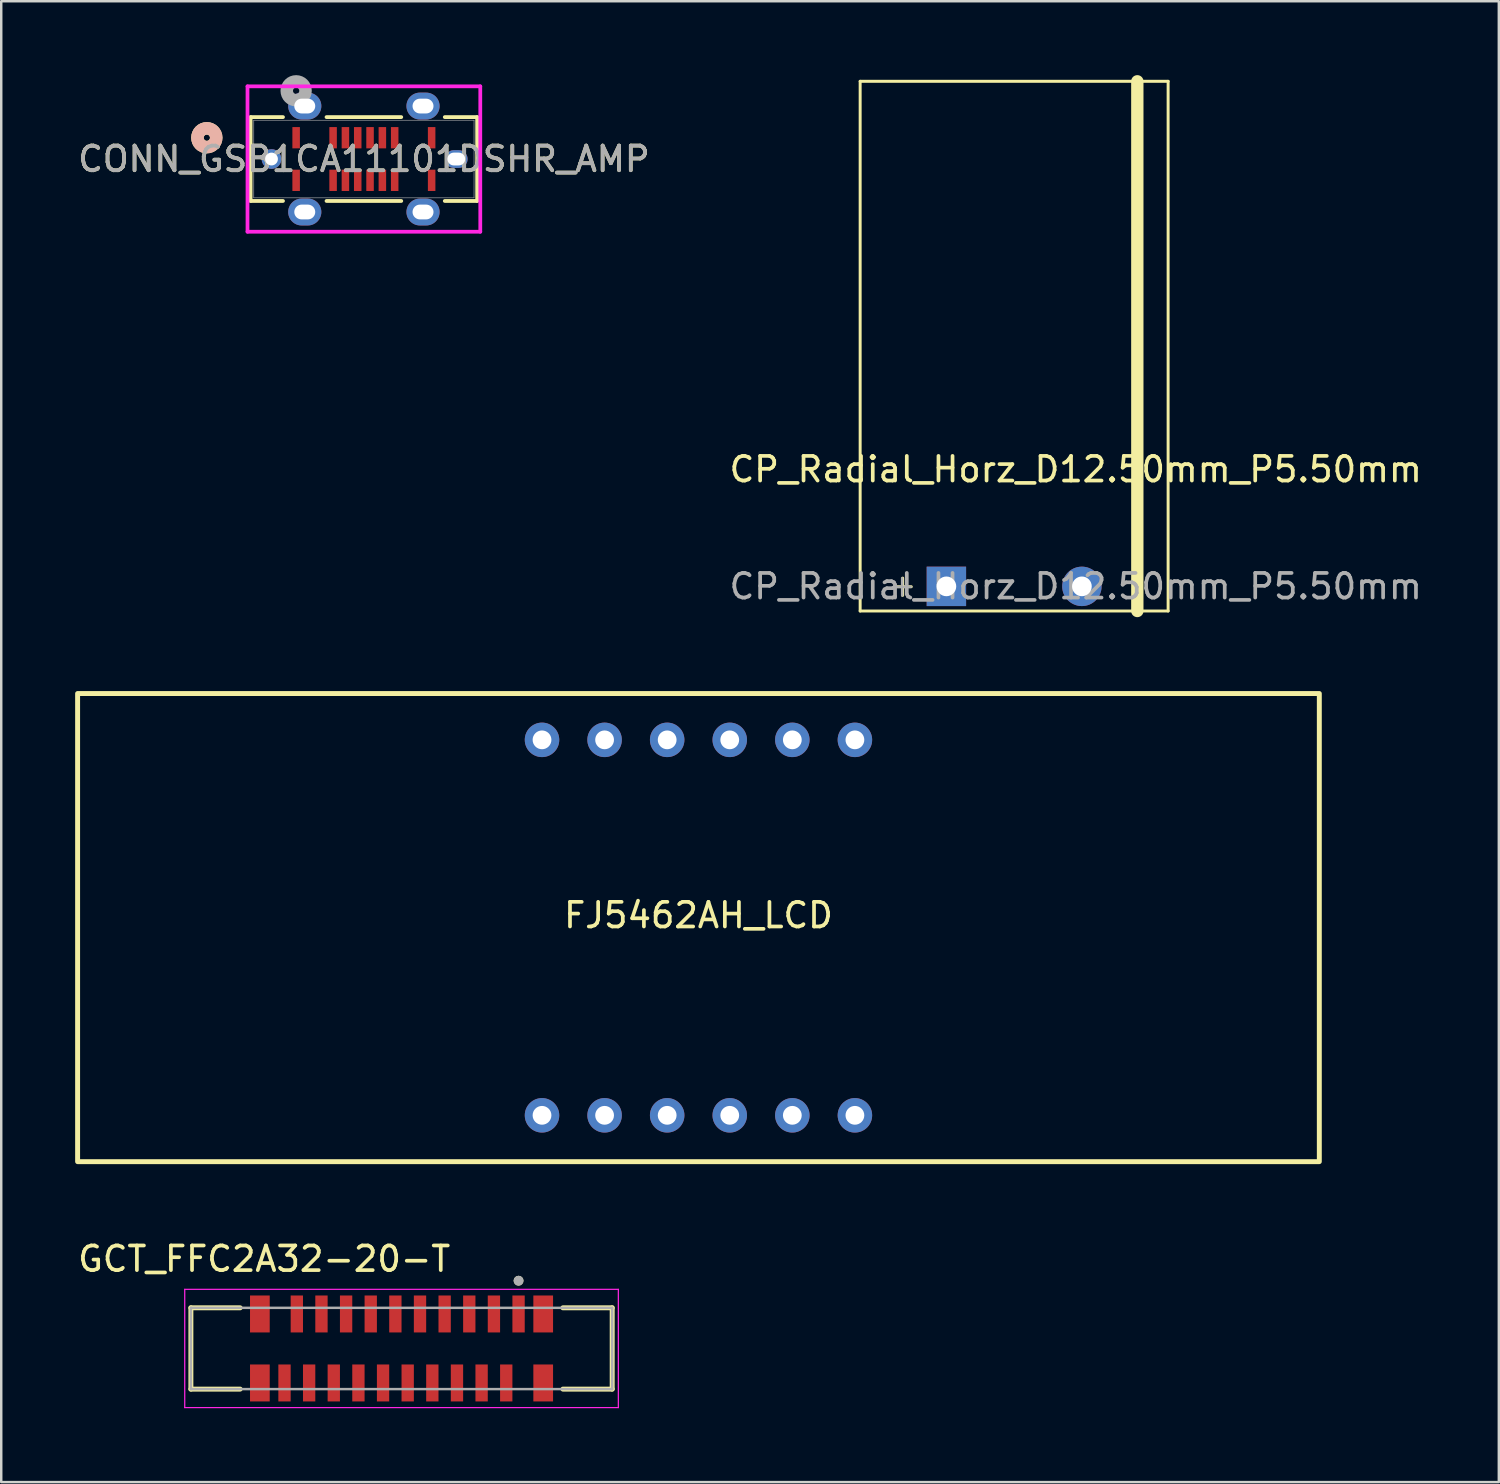
<source format=kicad_pcb>
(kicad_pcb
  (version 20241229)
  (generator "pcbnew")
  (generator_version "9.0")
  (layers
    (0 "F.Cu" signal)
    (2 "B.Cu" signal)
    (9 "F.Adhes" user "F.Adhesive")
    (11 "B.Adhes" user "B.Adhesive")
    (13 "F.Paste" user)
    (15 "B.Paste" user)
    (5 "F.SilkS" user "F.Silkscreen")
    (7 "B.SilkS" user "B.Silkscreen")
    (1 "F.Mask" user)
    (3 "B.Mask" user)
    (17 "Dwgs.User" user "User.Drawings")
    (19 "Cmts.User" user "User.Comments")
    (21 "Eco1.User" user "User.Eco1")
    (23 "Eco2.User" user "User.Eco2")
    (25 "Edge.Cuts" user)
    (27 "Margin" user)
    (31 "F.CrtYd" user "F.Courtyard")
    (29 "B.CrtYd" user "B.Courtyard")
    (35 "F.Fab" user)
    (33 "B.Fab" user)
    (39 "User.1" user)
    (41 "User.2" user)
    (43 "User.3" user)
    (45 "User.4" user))
  (footprint "GCT_FFC2A32-20-T"
    (layer "F.Cu")
    (at 13.248 51.683)
    (property "Reference" "GCT_FFC2A32-20-T" (at -5.575 -3.635 0) (layer "F.SilkS") (effects (font (size 1 1) (thickness 0.15))))
    (attr smd)
    (fp_line (start -8.55 -1.65) (end -6.55 -1.65) (stroke (width 0.2) (type solid)) (layer "F.SilkS"))
    (fp_line (start -8.55 1.65) (end -8.55 -1.65) (stroke (width 0.2) (type solid)) (layer "F.SilkS"))
    (fp_line (start -6.55 1.65) (end -8.55 1.65) (stroke (width 0.2) (type solid)) (layer "F.SilkS"))
    (fp_line (start 6.55 1.65) (end 8.55 1.65) (stroke (width 0.2) (type solid)) (layer "F.SilkS"))
    (fp_line (start 8.55 -1.65) (end 6.55 -1.65) (stroke (width 0.2) (type solid)) (layer "F.SilkS"))
    (fp_line (start 8.55 1.65) (end 8.55 -1.65) (stroke (width 0.2) (type solid)) (layer "F.SilkS"))
    (fp_circle (center 4.75 -2.75) (end 4.85 -2.75) (stroke (width 0.2) (type solid)) (fill no) (layer "F.SilkS"))
    (fp_line (start -8.8 -2.4) (end 8.8 -2.4) (stroke (width 0.05) (type solid)) (layer "F.CrtYd"))
    (fp_line (start -8.8 2.4) (end -8.8 -2.4) (stroke (width 0.05) (type solid)) (layer "F.CrtYd"))
    (fp_line (start 8.8 -2.4) (end 8.8 2.4) (stroke (width 0.05) (type solid)) (layer "F.CrtYd"))
    (fp_line (start 8.8 2.4) (end -8.8 2.4) (stroke (width 0.05) (type solid)) (layer "F.CrtYd"))
    (fp_line (start -8.55 -1.65) (end 8.55 -1.65) (stroke (width 0.1) (type solid)) (layer "F.Fab"))
    (fp_line (start -8.55 1.65) (end -8.55 -1.65) (stroke (width 0.1) (type solid)) (layer "F.Fab"))
    (fp_line (start 8.55 -1.65) (end 8.55 1.65) (stroke (width 0.1) (type solid)) (layer "F.Fab"))
    (fp_line (start 8.55 1.65) (end -8.55 1.65) (stroke (width 0.1) (type solid)) (layer "F.Fab"))
    (fp_circle (center 4.75 -2.75) (end 4.85 -2.75) (stroke (width 0.2) (type solid)) (fill no) (layer "F.Fab"))
    (pad "1" smd rect (at 4.75 -1.4 180) (size 0.5 1.5) (layers "F.Cu" "F.Mask" "F.Paste"))
    (pad "2" smd rect (at 4.25 1.4 180) (size 0.5 1.5) (layers "F.Cu" "F.Mask" "F.Paste"))
    (pad "3" smd rect (at 3.75 -1.4 180) (size 0.5 1.5) (layers "F.Cu" "F.Mask" "F.Paste"))
    (pad "4" smd rect (at 3.25 1.4 180) (size 0.5 1.5) (layers "F.Cu" "F.Mask" "F.Paste"))
    (pad "5" smd rect (at 2.75 -1.4 180) (size 0.5 1.5) (layers "F.Cu" "F.Mask" "F.Paste"))
    (pad "6" smd rect (at 2.25 1.4 180) (size 0.5 1.5) (layers "F.Cu" "F.Mask" "F.Paste"))
    (pad "7" smd rect (at 1.75 -1.4 180) (size 0.5 1.5) (layers "F.Cu" "F.Mask" "F.Paste"))
    (pad "8" smd rect (at 1.25 1.4 180) (size 0.5 1.5) (layers "F.Cu" "F.Mask" "F.Paste"))
    (pad "9" smd rect (at 0.75 -1.4 180) (size 0.5 1.5) (layers "F.Cu" "F.Mask" "F.Paste"))
    (pad "10" smd rect (at 0.25 1.4 180) (size 0.5 1.5) (layers "F.Cu" "F.Mask" "F.Paste"))
    (pad "11" smd rect (at -0.25 -1.4 180) (size 0.5 1.5) (layers "F.Cu" "F.Mask" "F.Paste"))
    (pad "12" smd rect (at -0.75 1.4 180) (size 0.5 1.5) (layers "F.Cu" "F.Mask" "F.Paste"))
    (pad "13" smd rect (at -1.25 -1.4 180) (size 0.5 1.5) (layers "F.Cu" "F.Mask" "F.Paste"))
    (pad "14" smd rect (at -1.75 1.4 180) (size 0.5 1.5) (layers "F.Cu" "F.Mask" "F.Paste"))
    (pad "15" smd rect (at -2.25 -1.4 180) (size 0.5 1.5) (layers "F.Cu" "F.Mask" "F.Paste"))
    (pad "16" smd rect (at -2.75 1.4 180) (size 0.5 1.5) (layers "F.Cu" "F.Mask" "F.Paste"))
    (pad "17" smd rect (at -3.25 -1.4 180) (size 0.5 1.5) (layers "F.Cu" "F.Mask" "F.Paste"))
    (pad "18" smd rect (at -3.75 1.4 180) (size 0.5 1.5) (layers "F.Cu" "F.Mask" "F.Paste"))
    (pad "19" smd rect (at -4.25 -1.4 180) (size 0.5 1.5) (layers "F.Cu" "F.Mask" "F.Paste"))
    (pad "20" smd rect (at -4.75 1.4 180) (size 0.5 1.5) (layers "F.Cu" "F.Mask" "F.Paste"))
    (pad "S1" smd rect (at 5.75 1.4 180) (size 0.8 1.5) (layers "F.Cu" "F.Mask" "F.Paste"))
    (pad "S2" smd rect (at 5.75 -1.4 180) (size 0.8 1.5) (layers "F.Cu" "F.Mask" "F.Paste"))
    (pad "S3" smd rect (at -5.75 1.4 180) (size 0.8 1.5) (layers "F.Cu" "F.Mask" "F.Paste"))
    (pad "S4" smd rect (at -5.75 -1.4 180) (size 0.8 1.5) (layers "F.Cu" "F.Mask" "F.Paste")))
  (footprint "CONN_GSB1CA11101DSHR_AMP"
    (layer "F.Cu")
    (at 11.72 3.405)
    (property "Reference" "CONN_GSB1CA11101DSHR_AMP" (at 0 0 0) (unlocked yes) (layer "F.SilkS") (effects (font (size 1 1) (thickness 0.15))))
    (attr smd)
    (fp_line (start -4.597 -1.702) (end -4.597 1.702) (stroke (width 0.152) (type solid)) (layer "F.SilkS"))
    (fp_line (start -4.597 1.702) (end -3.283 1.702) (stroke (width 0.152) (type solid)) (layer "F.SilkS"))
    (fp_line (start -3.283 -1.702) (end -4.597 -1.702) (stroke (width 0.152) (type solid)) (layer "F.SilkS"))
    (fp_line (start -1.517 1.702) (end 1.517 1.702) (stroke (width 0.152) (type solid)) (layer "F.SilkS"))
    (fp_line (start 1.517 -1.702) (end -1.517 -1.702) (stroke (width 0.152) (type solid)) (layer "F.SilkS"))
    (fp_line (start 3.283 1.702) (end 4.597 1.702) (stroke (width 0.152) (type solid)) (layer "F.SilkS"))
    (fp_line (start 4.597 -1.702) (end 3.283 -1.702) (stroke (width 0.152) (type solid)) (layer "F.SilkS"))
    (fp_line (start 4.597 1.702) (end 4.597 -1.702) (stroke (width 0.152) (type solid)) (layer "F.SilkS"))
    (fp_circle (center -6.375 -0.865) (end -5.994 -0.865) (stroke (width 0.508) (type solid)) (fill no) (layer "F.SilkS"))
    (fp_circle (center -6.375 -0.865) (end -5.994 -0.865) (stroke (width 0.508) (type solid)) (fill no) (layer "B.SilkS"))
    (fp_line (start -4.724 -2.95) (end -4.724 2.95) (stroke (width 0.152) (type solid)) (layer "F.CrtYd"))
    (fp_line (start -4.724 2.95) (end 4.724 2.95) (stroke (width 0.152) (type solid)) (layer "F.CrtYd"))
    (fp_line (start 4.724 -2.95) (end -4.724 -2.95) (stroke (width 0.152) (type solid)) (layer "F.CrtYd"))
    (fp_line (start 4.724 2.95) (end 4.724 -2.95) (stroke (width 0.152) (type solid)) (layer "F.CrtYd"))
    (fp_line (start -4.47 -1.575) (end -4.47 1.575) (stroke (width 0.025) (type solid)) (layer "F.Fab"))
    (fp_line (start -4.47 1.575) (end 4.47 1.575) (stroke (width 0.025) (type solid)) (layer "F.Fab"))
    (fp_line (start 4.47 -1.575) (end -4.47 -1.575) (stroke (width 0.025) (type solid)) (layer "F.Fab"))
    (fp_line (start 4.47 1.575) (end 4.47 -1.575) (stroke (width 0.025) (type solid)) (layer "F.Fab"))
    (fp_circle (center -2.75 -2.77) (end -2.369 -2.77) (stroke (width 0.508) (type solid)) (fill no) (layer "F.Fab"))
    (fp_text user "${REFERENCE}" (at 0 0 0) (unlocked yes) (layer "F.Fab") (effects (font (size 1 1) (thickness 0.15))))
    (pad "A1" smd rect (at -2.75 -0.865) (size 0.305 0.864) (layers "F.Cu" "F.Mask" "F.Paste"))
    (pad "A4" smd rect (at -1.25 -0.865) (size 0.305 0.864) (layers "F.Cu" "F.Mask" "F.Paste"))
    (pad "A5" smd rect (at -0.75 -0.865) (size 0.305 0.864) (layers "F.Cu" "F.Mask" "F.Paste"))
    (pad "A6" smd rect (at -0.25 -0.865) (size 0.305 0.864) (layers "F.Cu" "F.Mask" "F.Paste"))
    (pad "A7" smd rect (at 0.25 -0.865) (size 0.305 0.864) (layers "F.Cu" "F.Mask" "F.Paste"))
    (pad "A8" smd rect (at 0.75 -0.865) (size 0.305 0.864) (layers "F.Cu" "F.Mask" "F.Paste"))
    (pad "A9" smd rect (at 1.25 -0.865) (size 0.305 0.864) (layers "F.Cu" "F.Mask" "F.Paste"))
    (pad "A12" smd rect (at 2.75 -0.865) (size 0.305 0.864) (layers "F.Cu" "F.Mask" "F.Paste"))
    (pad "B1" smd rect (at 2.75 0.865) (size 0.305 0.864) (layers "F.Cu" "F.Mask" "F.Paste"))
    (pad "B4" smd rect (at 1.25 0.865) (size 0.305 0.864) (layers "F.Cu" "F.Mask" "F.Paste"))
    (pad "B5" smd rect (at 0.75 0.865) (size 0.305 0.864) (layers "F.Cu" "F.Mask" "F.Paste"))
    (pad "B6" smd rect (at 0.25 0.865) (size 0.305 0.864) (layers "F.Cu" "F.Mask" "F.Paste"))
    (pad "B7" smd rect (at -0.25 0.865) (size 0.305 0.864) (layers "F.Cu" "F.Mask" "F.Paste"))
    (pad "B8" smd rect (at -0.75 0.865) (size 0.305 0.864) (layers "F.Cu" "F.Mask" "F.Paste"))
    (pad "B9" smd rect (at -1.25 0.865) (size 0.305 0.864) (layers "F.Cu" "F.Mask" "F.Paste"))
    (pad "B12" smd rect (at -2.75 0.865) (size 0.305 0.864) (layers "F.Cu" "F.Mask" "F.Paste"))
    (pad "S1" thru_hole circle (at -3.75 0) (size 0.8 0.8) (drill 0.52) (layers "*.Cu" "*.Mask"))
    (pad "S1" thru_hole oval (at -2.4 -2.15) (size 1.346 1.092) (drill oval 0.85 0.6) (layers "*.Cu" "*.Mask"))
    (pad "S1" thru_hole oval (at -2.4 2.15) (size 1.346 1.092) (drill oval 0.85 0.6) (layers "*.Cu" "*.Mask"))
    (pad "S1" thru_hole oval (at 2.4 -2.15) (size 1.346 1.092) (drill oval 0.85 0.6) (layers "*.Cu" "*.Mask"))
    (pad "S1" thru_hole oval (at 2.4 2.15) (size 1.346 1.092) (drill oval 0.85 0.6) (layers "*.Cu" "*.Mask"))
    (pad "S1" thru_hole oval (at 3.75 0) (size 0.92 0.72) (drill oval 0.72 0.52) (layers "*.Cu" "*.Mask")))
  (footprint "CP_Radial_Horz_D12.50mm_P5.50mm"
    (layer "F.Cu")
    (at 38.113 20.75)
    (property "Reference" "CP_Radial_Horz_D12.50mm_P5.50mm" (at 2.5 -4.75 0) (layer "F.SilkS") (effects (font (size 1 1) (thickness 0.15))))
    (attr through_hole)
    (fp_line (start -6.25 -20.5) (end 6.25 -20.5) (stroke (width 0.12) (type solid)) (layer "F.SilkS"))
    (fp_line (start -6.25 1) (end -6.25 -20.5) (stroke (width 0.12) (type solid)) (layer "F.SilkS"))
    (fp_line (start -4.875 0.015) (end -4.175 0.015) (stroke (width 0.12) (type solid)) (layer "F.SilkS"))
    (fp_line (start -4.525 -0.335) (end -4.525 0.365) (stroke (width 0.12) (type solid)) (layer "F.SilkS"))
    (fp_line (start 5 1) (end 5 -20.5) (stroke (width 0.5) (type solid)) (layer "F.SilkS"))
    (fp_line (start 6.25 -20.5) (end 6.25 1) (stroke (width 0.12) (type solid)) (layer "F.SilkS"))
    (fp_line (start 6.25 1) (end -6.25 1) (stroke (width 0.12) (type solid)) (layer "F.SilkS"))
    (fp_line (start -4.896 0.022) (end -4.196 0.022) (stroke (width 0.1) (type solid)) (layer "F.Fab"))
    (fp_line (start -4.546 -0.328) (end -4.546 0.372) (stroke (width 0.1) (type solid)) (layer "F.Fab"))
    (fp_text user "${REFERENCE}" (at 2.5 0 0) (layer "F.Fab") (effects (font (size 1 1) (thickness 0.15))))
    (pad "1" thru_hole rect (at -2.75 0) (size 1.6 1.6) (drill 0.8) (layers "*.Cu" "*.Mask"))
    (pad "2" thru_hole circle (at 2.75 0) (size 1.6 1.6) (drill 0.8) (layers "*.Cu" "*.Mask")))
  (footprint "FJ5462AH_LCD"
    (layer "F.Cu")
    (at 25.3 34.6)
    (property "Reference" "FJ5462AH_LCD" (at 0 -0.5 0) (unlocked yes) (layer "F.SilkS") (effects (font (size 1 1) (thickness 0.15))))
    (attr through_hole)
    (fp_rect (start -25.2 -9.5) (end 25.2 9.5) (stroke (width 0.2) (type default)) (fill no) (layer "F.SilkS"))
    (pad "1" thru_hole circle (at -6.35 7.62) (size 1.4 1.4) (drill 0.762) (layers "*.Cu" "*.Mask"))
    (pad "2" thru_hole circle (at -3.81 7.62) (size 1.4 1.4) (drill 0.762) (layers "*.Cu" "*.Mask"))
    (pad "3" thru_hole circle (at -1.27 7.62) (size 1.4 1.4) (drill 0.762) (layers "*.Cu" "*.Mask"))
    (pad "4" thru_hole circle (at 1.27 7.62) (size 1.4 1.4) (drill 0.762) (layers "*.Cu" "*.Mask"))
    (pad "5" thru_hole circle (at 3.81 7.62) (size 1.4 1.4) (drill 0.762) (layers "*.Cu" "*.Mask"))
    (pad "6" thru_hole circle (at 6.35 7.62) (size 1.4 1.4) (drill 0.762) (layers "*.Cu" "*.Mask"))
    (pad "7" thru_hole circle (at 6.35 -7.62) (size 1.4 1.4) (drill 0.762) (layers "*.Cu" "*.Mask"))
    (pad "8" thru_hole circle (at 3.81 -7.62) (size 1.4 1.4) (drill 0.762) (layers "*.Cu" "*.Mask"))
    (pad "9" thru_hole circle (at 1.27 -7.62) (size 1.4 1.4) (drill 0.762) (layers "*.Cu" "*.Mask"))
    (pad "10" thru_hole circle (at -1.27 -7.62) (size 1.4 1.4) (drill 0.762) (layers "*.Cu" "*.Mask"))
    (pad "11" thru_hole circle (at -3.81 -7.62) (size 1.4 1.4) (drill 0.762) (layers "*.Cu" "*.Mask"))
    (pad "12" thru_hole circle (at -6.35 -7.62) (size 1.4 1.4) (drill 0.762) (layers "*.Cu" "*.Mask")))
  (gr_rect
    (start -3 -3)
    (end 57.786 57.108)
    (stroke (width 0.1) (type default))
    (fill no)
    (layer "Edge.Cuts")))
</source>
